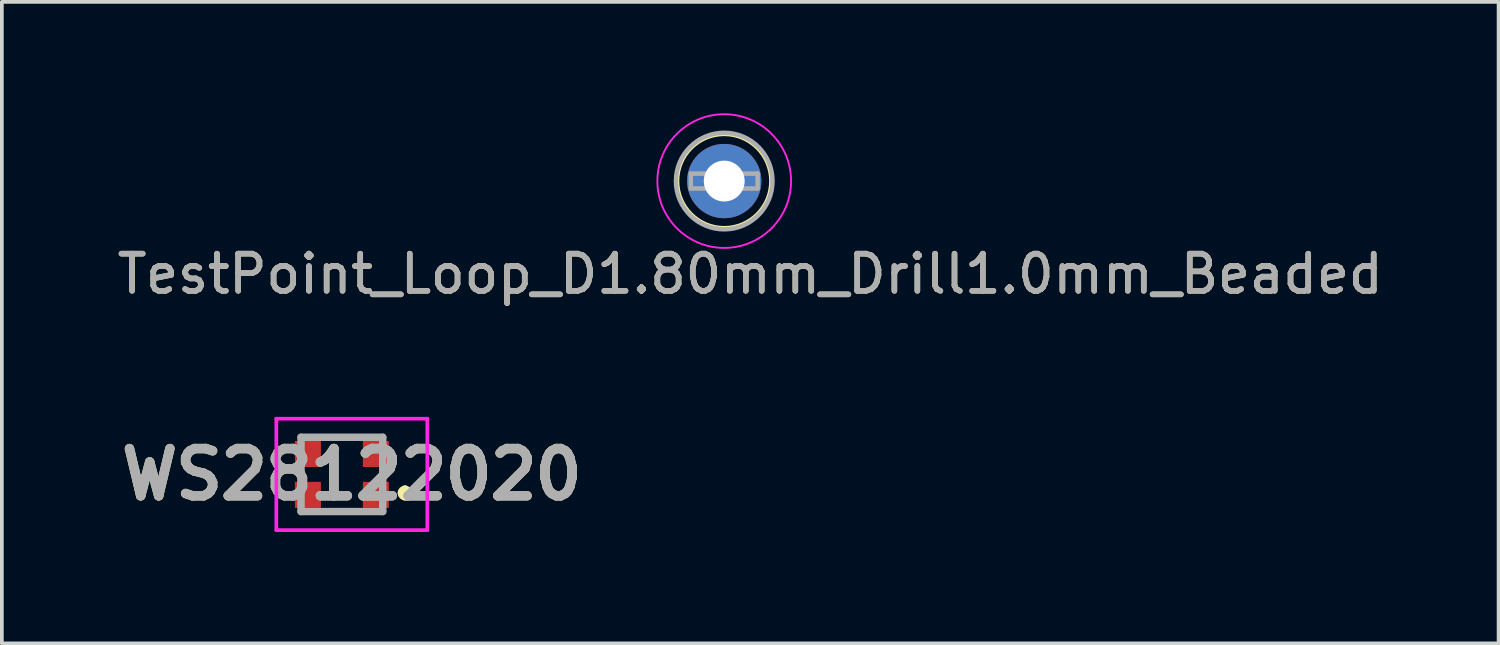
<source format=kicad_pcb>
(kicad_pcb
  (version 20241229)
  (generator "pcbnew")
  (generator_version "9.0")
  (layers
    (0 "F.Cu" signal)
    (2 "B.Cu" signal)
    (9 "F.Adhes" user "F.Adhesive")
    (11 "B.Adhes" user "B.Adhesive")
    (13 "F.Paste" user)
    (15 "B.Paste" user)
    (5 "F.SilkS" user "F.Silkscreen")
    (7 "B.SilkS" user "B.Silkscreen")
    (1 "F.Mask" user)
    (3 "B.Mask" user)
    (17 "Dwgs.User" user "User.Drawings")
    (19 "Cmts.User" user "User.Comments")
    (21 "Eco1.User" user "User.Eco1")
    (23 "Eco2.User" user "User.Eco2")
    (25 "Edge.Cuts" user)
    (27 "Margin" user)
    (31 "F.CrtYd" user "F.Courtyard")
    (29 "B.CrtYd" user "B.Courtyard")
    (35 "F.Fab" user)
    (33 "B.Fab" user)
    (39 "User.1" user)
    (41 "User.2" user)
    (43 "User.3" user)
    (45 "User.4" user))
  (footprint "WS28122020"
    (layer "F.Cu")
    (at 6.155 9.723)
    (property "Reference" "WS28122020" (at 0.268 0 0) (layer "F.SilkS") (effects (font (size 1.27 1.27) (thickness 0.254))))
    (attr smd)
    (fp_line (start -0.2 -1) (end 0.2 -1) (stroke (width 0.1) (type solid)) (layer "F.SilkS"))
    (fp_line (start -0.2 1) (end 0.2 1) (stroke (width 0.1) (type solid)) (layer "F.SilkS"))
    (fp_line (start 1.7 0.4) (end 1.7 0.4) (stroke (width 0.2) (type solid)) (layer "F.SilkS"))
    (fp_line (start 1.7 0.6) (end 1.7 0.6) (stroke (width 0.2) (type solid)) (layer "F.SilkS"))
    (fp_arc (start 1.7 0.4) (mid 1.8 0.5) (end 1.7 0.6) (stroke (width 0.2) (type solid)) (layer "F.SilkS"))
    (fp_arc (start 1.7 0.6) (mid 1.6 0.5) (end 1.7 0.4) (stroke (width 0.2) (type solid)) (layer "F.SilkS"))
    (fp_line (start -1.765 -1.5) (end 2.3 -1.5) (stroke (width 0.1) (type solid)) (layer "F.CrtYd"))
    (fp_line (start -1.765 1.5) (end -1.765 -1.5) (stroke (width 0.1) (type solid)) (layer "F.CrtYd"))
    (fp_line (start 2.3 -1.5) (end 2.3 1.5) (stroke (width 0.1) (type solid)) (layer "F.CrtYd"))
    (fp_line (start 2.3 1.5) (end -1.765 1.5) (stroke (width 0.1) (type solid)) (layer "F.CrtYd"))
    (fp_line (start -1.1 -1) (end 1.1 -1) (stroke (width 0.2) (type solid)) (layer "F.Fab"))
    (fp_line (start -1.1 1) (end -1.1 -1) (stroke (width 0.2) (type solid)) (layer "F.Fab"))
    (fp_line (start 1.1 -1) (end 1.1 1) (stroke (width 0.2) (type solid)) (layer "F.Fab"))
    (fp_line (start 1.1 1) (end -1.1 1) (stroke (width 0.2) (type solid)) (layer "F.Fab"))
    (fp_text user "${REFERENCE}" (at 0.268 0 0) (layer "F.Fab") (effects (font (size 1.27 1.27) (thickness 0.254))))
    (pad "1" smd rect (at 0.915 0.55 90) (size 0.7 0.7) (layers "F.Cu" "F.Mask" "F.Paste"))
    (pad "2" smd rect (at 0.915 -0.55 90) (size 0.7 0.7) (layers "F.Cu" "F.Mask" "F.Paste"))
    (pad "3" smd rect (at -0.915 -0.55 90) (size 0.7 0.7) (layers "F.Cu" "F.Mask" "F.Paste"))
    (pad "4" smd rect (at -0.915 0.55 90) (size 0.7 0.7) (layers "F.Cu" "F.Mask" "F.Paste")))
  (footprint "TestPoint_Loop_D1.80mm_Drill1.0mm_Beaded"
    (layer "F.Cu")
    (at 16.449 1.825)
    (property "Reference" "TestPoint_Loop_D1.80mm_Drill1.0mm_Beaded" (at 0.7 2.5 0) (layer "F.SilkS") (effects (font (size 1 1) (thickness 0.15))))
    (attr through_hole)
    (fp_circle (center 0 0) (end 1.27 0) (stroke (width 0.12) (type solid)) (fill no) (layer "F.SilkS"))
    (fp_circle (center 0 0) (end 1.8 0) (stroke (width 0.05) (type solid)) (fill no) (layer "F.CrtYd"))
    (fp_line (start -0.9 -0.2) (end 0.9 -0.2) (stroke (width 0.12) (type solid)) (layer "F.Fab"))
    (fp_line (start -0.9 0.2) (end -0.9 -0.2) (stroke (width 0.12) (type solid)) (layer "F.Fab"))
    (fp_line (start 0.9 -0.2) (end 0.9 0.2) (stroke (width 0.12) (type solid)) (layer "F.Fab"))
    (fp_line (start 0.9 0.2) (end -0.9 0.2) (stroke (width 0.12) (type solid)) (layer "F.Fab"))
    (fp_circle (center 0 0) (end 1.3 0) (stroke (width 0.12) (type solid)) (fill no) (layer "F.Fab"))
    (fp_text user "${REFERENCE}" (at 0.7 2.5 0) (layer "F.Fab") (effects (font (size 1 1) (thickness 0.15))))
    (pad "1" thru_hole circle (at 0 0) (size 2 2) (drill 1.1) (layers "*.Cu" "*.Mask")))
  (gr_rect
    (start -3 -3)
    (end 37.298 14.273)
    (stroke (width 0.1) (type default))
    (fill no)
    (layer "Edge.Cuts")))
</source>
